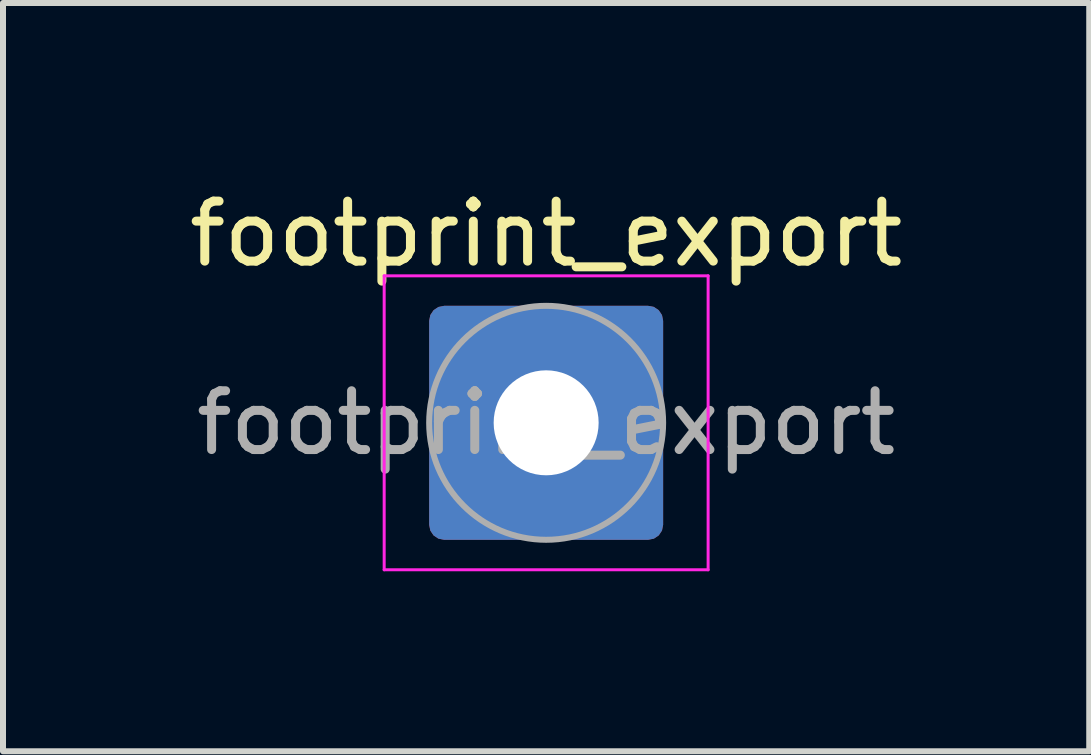
<source format=kicad_pcb>
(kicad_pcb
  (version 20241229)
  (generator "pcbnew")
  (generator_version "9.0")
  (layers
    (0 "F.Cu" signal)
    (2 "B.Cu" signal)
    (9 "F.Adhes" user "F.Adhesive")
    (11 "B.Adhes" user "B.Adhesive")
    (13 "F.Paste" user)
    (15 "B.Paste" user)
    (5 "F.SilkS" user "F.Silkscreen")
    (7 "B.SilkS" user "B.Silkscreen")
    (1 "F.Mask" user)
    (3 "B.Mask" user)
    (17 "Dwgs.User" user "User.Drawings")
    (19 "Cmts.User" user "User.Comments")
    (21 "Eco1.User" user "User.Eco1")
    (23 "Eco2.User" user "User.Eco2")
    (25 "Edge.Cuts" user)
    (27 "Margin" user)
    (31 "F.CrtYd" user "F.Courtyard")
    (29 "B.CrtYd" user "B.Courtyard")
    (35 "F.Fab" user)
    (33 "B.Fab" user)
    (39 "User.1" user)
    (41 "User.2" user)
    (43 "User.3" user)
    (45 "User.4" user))
  (footprint "footprint_export"
    (layer "F.Cu")
    (at 6.054 3.998)
    (property "Reference" "footprint_export" (at 0 -3.15 0) (layer "F.SilkS") (effects (font (size 1 1) (thickness 0.15))))
    (attr exclude_from_pos_files exclude_from_bom)
    (fp_line (start -2.7 -2.45) (end -2.7 2.45) (stroke (width 0.05) (type solid)) (layer "F.CrtYd"))
    (fp_line (start -2.7 2.45) (end 2.7 2.45) (stroke (width 0.05) (type solid)) (layer "F.CrtYd"))
    (fp_line (start 2.7 -2.45) (end -2.7 -2.45) (stroke (width 0.05) (type solid)) (layer "F.CrtYd"))
    (fp_line (start 2.7 2.45) (end 2.7 -2.45) (stroke (width 0.05) (type solid)) (layer "F.CrtYd"))
    (fp_circle (center 0 0) (end 1.95 0) (stroke (width 0.1) (type solid)) (fill no) (layer "F.Fab"))
    (fp_text user "${REFERENCE}" (at 0 0 0) (layer "F.Fab") (effects (font (size 0.98 0.98) (thickness 0.15))))
    (pad "1" thru_hole roundrect (at 0 0) (size 3.9 3.9) (drill 1.75) (layers "*.Cu" "*.Mask") (roundrect_rratio 0.064)))
  (gr_rect
    (start -3 -3)
    (end 15.107 9.473)
    (stroke (width 0.1) (type default))
    (fill no)
    (layer "Edge.Cuts")))
</source>
